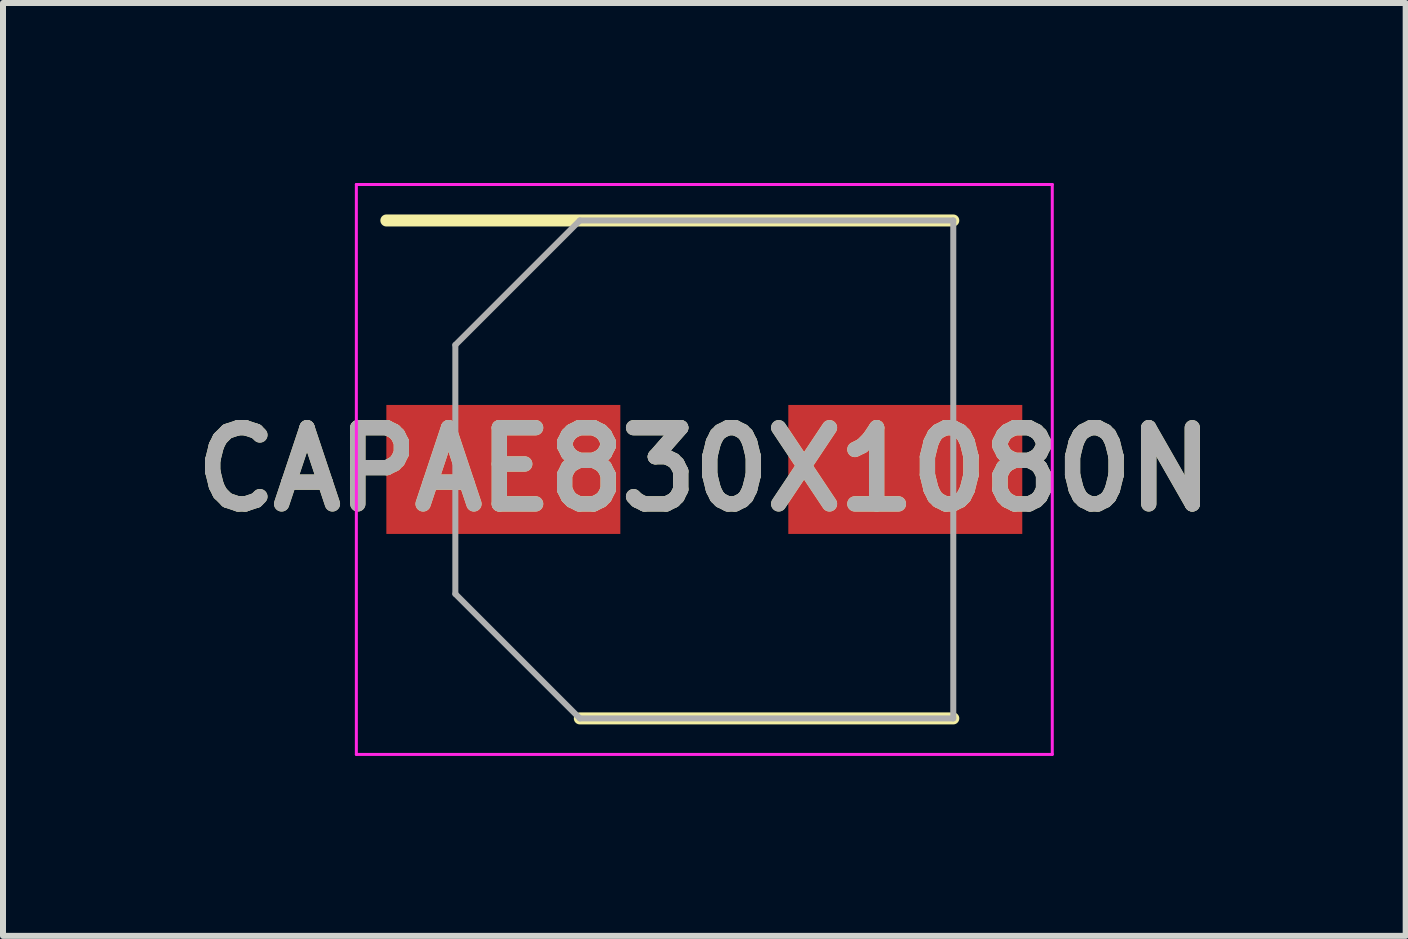
<source format=kicad_pcb>
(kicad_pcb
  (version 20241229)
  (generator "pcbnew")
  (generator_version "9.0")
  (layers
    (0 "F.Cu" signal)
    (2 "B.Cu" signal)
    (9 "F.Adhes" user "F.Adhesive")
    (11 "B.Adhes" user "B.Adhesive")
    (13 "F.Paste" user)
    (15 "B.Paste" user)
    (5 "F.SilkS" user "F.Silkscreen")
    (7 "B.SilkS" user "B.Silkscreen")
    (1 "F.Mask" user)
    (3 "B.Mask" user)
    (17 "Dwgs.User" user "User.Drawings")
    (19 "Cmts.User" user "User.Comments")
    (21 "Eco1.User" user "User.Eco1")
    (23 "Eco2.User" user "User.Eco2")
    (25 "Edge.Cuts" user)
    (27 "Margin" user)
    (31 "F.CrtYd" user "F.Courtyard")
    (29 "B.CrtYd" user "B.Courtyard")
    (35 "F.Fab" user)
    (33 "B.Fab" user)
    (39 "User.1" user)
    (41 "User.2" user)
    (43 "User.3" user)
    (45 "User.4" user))
  (footprint "CAPAE830X1080N"
    (layer "F.Cu")
    (at 8.69 4.775)
    (property "Reference" "CAPAE830X1080N" (at 0 0 0) (layer "F.SilkS") (effects (font (size 1.27 1.27) (thickness 0.254))))
    (attr smd)
    (fp_line (start -5.3 -4.15) (end 4.15 -4.15) (stroke (width 0.2) (type solid)) (layer "F.SilkS"))
    (fp_line (start -2.075 4.15) (end 4.15 4.15) (stroke (width 0.2) (type solid)) (layer "F.SilkS"))
    (fp_line (start -5.8 -4.75) (end 5.8 -4.75) (stroke (width 0.05) (type solid)) (layer "F.CrtYd"))
    (fp_line (start -5.8 4.75) (end -5.8 -4.75) (stroke (width 0.05) (type solid)) (layer "F.CrtYd"))
    (fp_line (start 5.8 -4.75) (end 5.8 4.75) (stroke (width 0.05) (type solid)) (layer "F.CrtYd"))
    (fp_line (start 5.8 4.75) (end -5.8 4.75) (stroke (width 0.05) (type solid)) (layer "F.CrtYd"))
    (fp_line (start -4.15 -2.075) (end -4.15 2.075) (stroke (width 0.1) (type solid)) (layer "F.Fab"))
    (fp_line (start -4.15 2.075) (end -2.075 4.15) (stroke (width 0.1) (type solid)) (layer "F.Fab"))
    (fp_line (start -2.075 -4.15) (end -4.15 -2.075) (stroke (width 0.1) (type solid)) (layer "F.Fab"))
    (fp_line (start -2.075 4.15) (end 4.15 4.15) (stroke (width 0.1) (type solid)) (layer "F.Fab"))
    (fp_line (start 4.15 -4.15) (end -2.075 -4.15) (stroke (width 0.1) (type solid)) (layer "F.Fab"))
    (fp_line (start 4.15 4.15) (end 4.15 -4.15) (stroke (width 0.1) (type solid)) (layer "F.Fab"))
    (fp_text user "${REFERENCE}" (at 0 0 0) (layer "F.Fab") (effects (font (size 1.27 1.27) (thickness 0.254))))
    (pad "1" smd rect (at -3.35 0 90) (size 2.15 3.9) (layers "F.Cu" "F.Mask" "F.Paste"))
    (pad "2" smd rect (at 3.35 0 90) (size 2.15 3.9) (layers "F.Cu" "F.Mask" "F.Paste")))
  (gr_rect
    (start -3 -3)
    (end 20.381 12.55)
    (stroke (width 0.1) (type default))
    (fill no)
    (layer "Edge.Cuts")))
</source>
